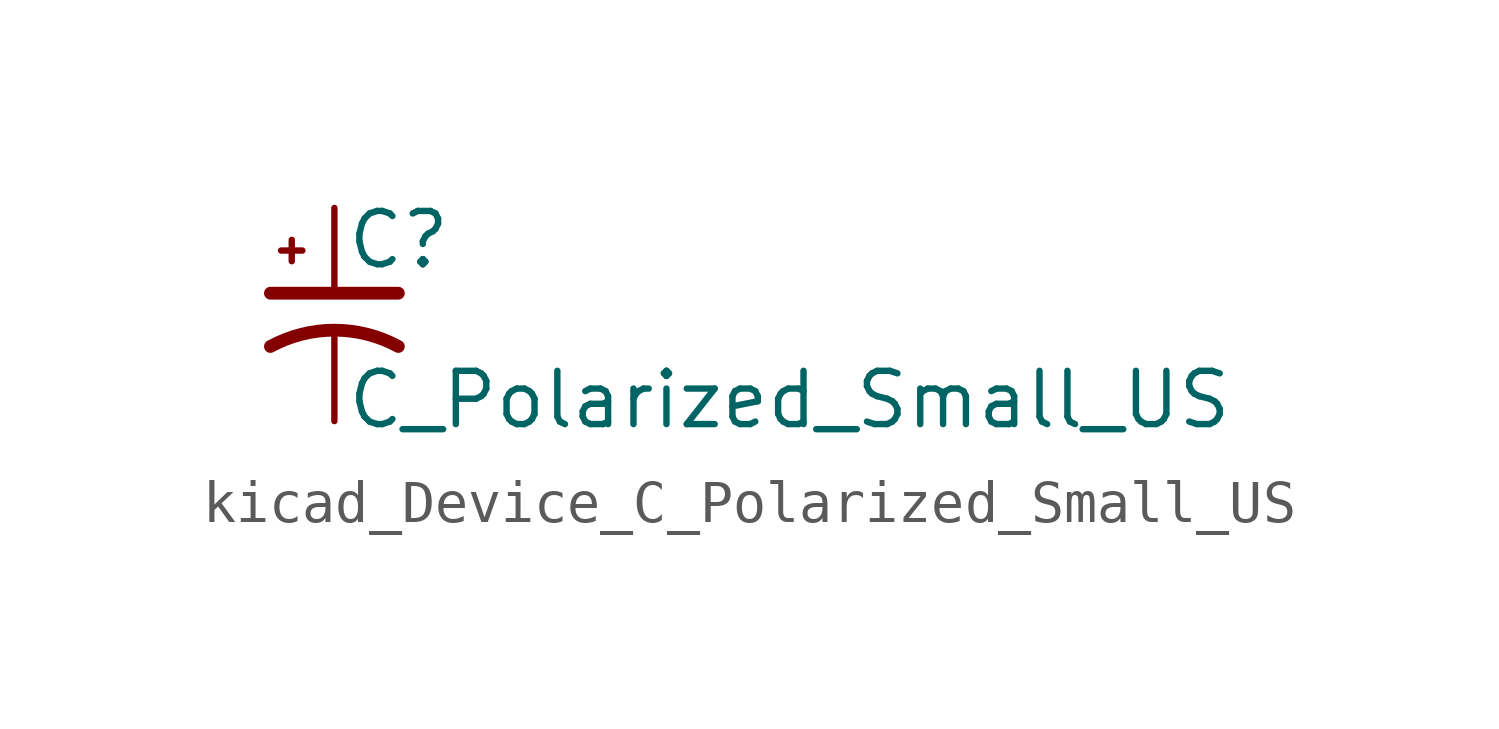
<source format=kicad_sym>
(kicad_symbol_lib
  (version 20220914)
  (generator kicad_symbol_editor)
  (symbol "kicad_Device_C_Polarized_Small_US"
    (pin_numbers hide)
    (pin_names
      (offset 0.254) hide)
    (property "Reference" "C"
      (at 0.254 1.778 0)
      (effects (font (size 1.27 1.27)) (justify left)))
    (property "Value" "C_Polarized_Small_US"
      (at 0.254 -2.032 0)
      (effects (font (size 1.27 1.27)) (justify left)))
    (symbol "kicad_Device_C_Polarized_Small_US_0_1"
      (polyline (pts (xy -1.524 0.508) (xy 1.524 0.508)) (stroke (width 0.305) (type default)) (fill (type none)))
      (polyline (pts (xy -1.27 1.524) (xy -0.762 1.524)) (stroke (width 0) (type default)) (fill (type none)))
      (polyline (pts (xy -1.016 1.27) (xy -1.016 1.778)) (stroke (width 0) (type default)) (fill (type none)))
      (arc (start 1.524 -0.762) (mid 0 -0.3734) (end -1.524 -0.762) (stroke (width 0.3048) (type default)) (fill (type none))))
    (symbol "kicad_Device_C_Polarized_Small_US_1_1"
      (pin passive line (at 0 2.54 270) (length 2.032) (name "~" (effects (font (size 1.27 1.27)))) (number "1" (effects (font (size 1.27 1.27)))))
      (pin passive line (at 0 -2.54 90) (length 2.032) (name "~" (effects (font (size 1.27 1.27)))) (number "2" (effects (font (size 1.27 1.27))))))))
</source>
